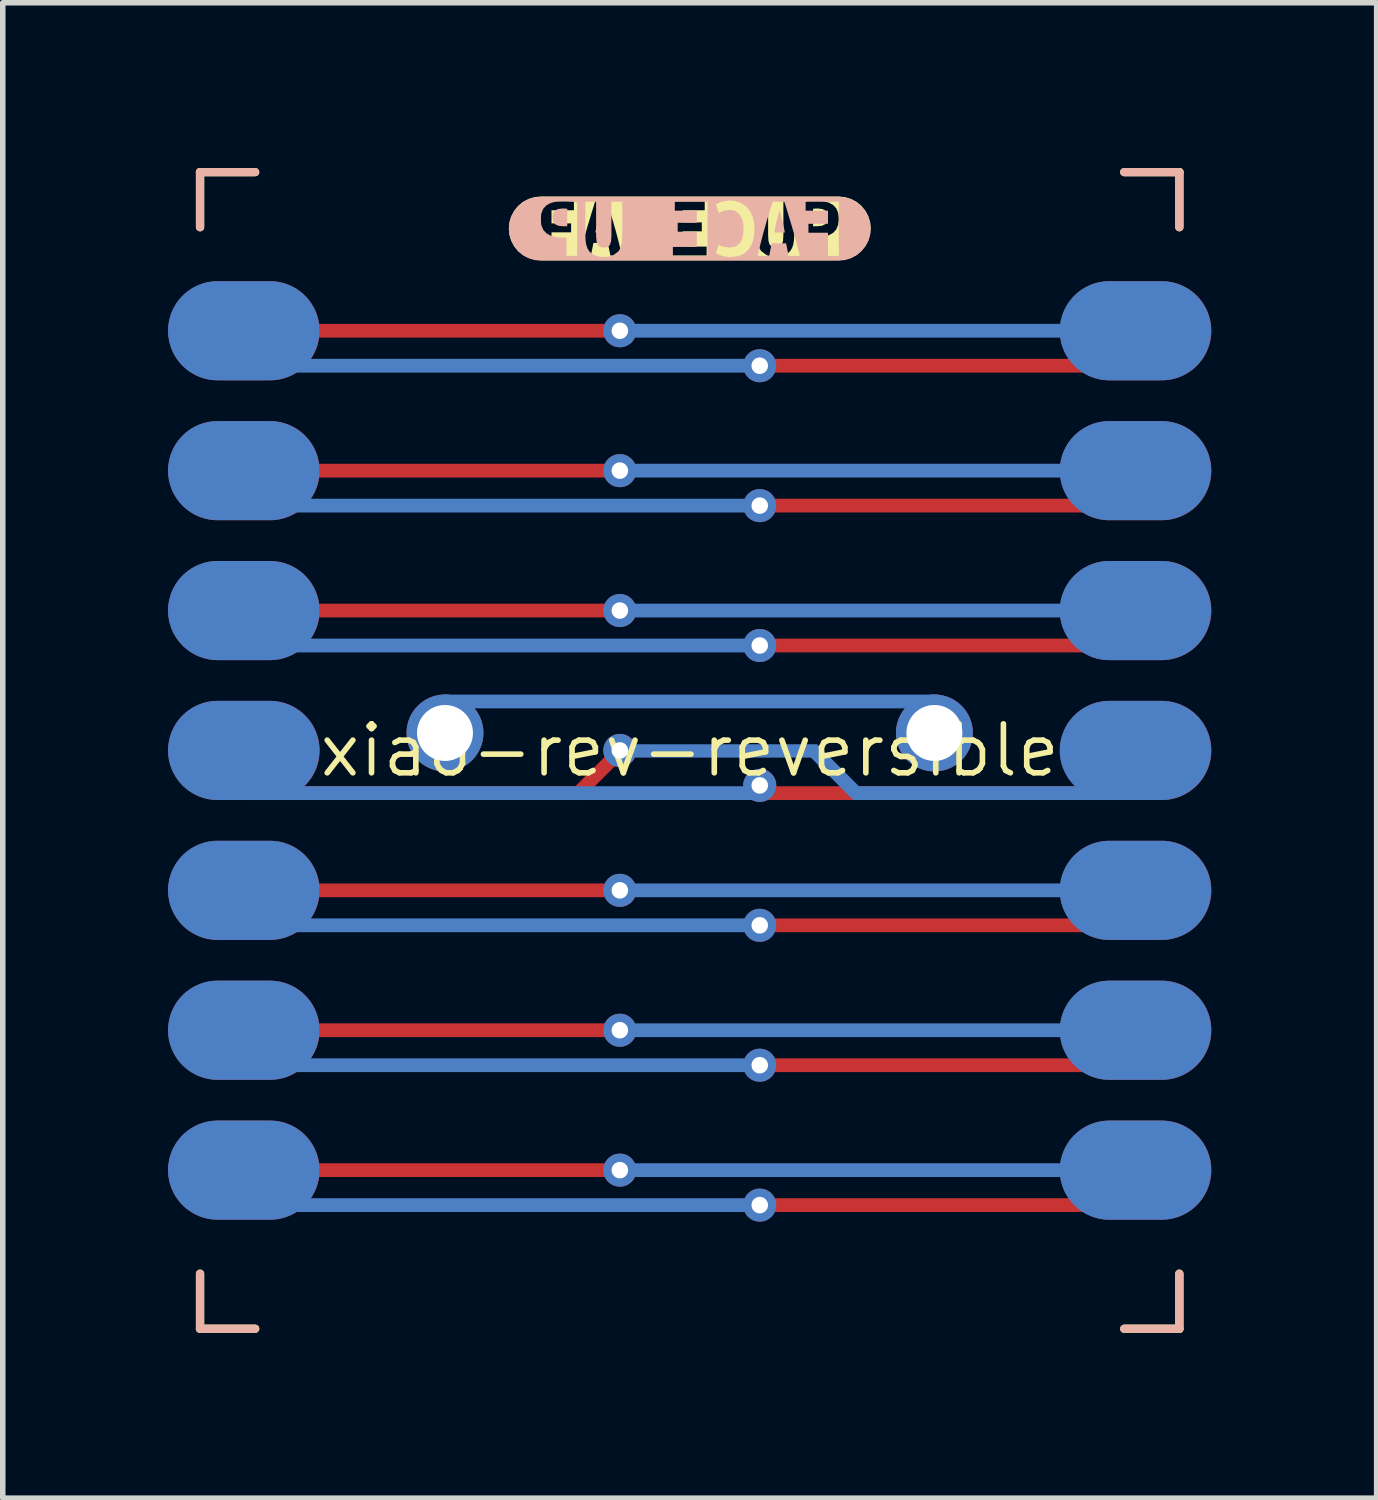
<source format=kicad_pcb>
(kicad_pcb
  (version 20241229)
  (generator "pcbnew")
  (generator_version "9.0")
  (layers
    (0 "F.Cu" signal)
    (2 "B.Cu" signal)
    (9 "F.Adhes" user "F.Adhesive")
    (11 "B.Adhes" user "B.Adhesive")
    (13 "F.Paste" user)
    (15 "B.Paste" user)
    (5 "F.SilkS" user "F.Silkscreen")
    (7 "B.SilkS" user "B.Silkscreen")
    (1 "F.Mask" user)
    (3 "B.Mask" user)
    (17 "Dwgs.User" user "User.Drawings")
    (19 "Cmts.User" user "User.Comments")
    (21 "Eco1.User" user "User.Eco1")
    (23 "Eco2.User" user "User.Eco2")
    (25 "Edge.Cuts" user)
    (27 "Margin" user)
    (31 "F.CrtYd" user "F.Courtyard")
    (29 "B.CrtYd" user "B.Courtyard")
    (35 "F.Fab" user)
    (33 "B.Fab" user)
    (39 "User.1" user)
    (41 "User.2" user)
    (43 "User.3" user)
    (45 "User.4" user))
  (footprint "xiao-rev-reversible"
    (layer "F.Cu")
    (at 9.474 10.575)
    (property "Reference" "xiao-rev-reversible" (at 0 0 0) (layer "F.SilkS") (effects (font (size 0.889 0.889) (thickness 0.102))))
    (attr through_hole exclude_from_pos_files)
    (fp_line (start -8.89 -10.5) (end -8.89 -9.5) (stroke (width 0.15) (type solid)) (layer "F.SilkS"))
    (fp_line (start -8.89 -10.5) (end -7.89 -10.5) (stroke (width 0.15) (type solid)) (layer "F.SilkS"))
    (fp_line (start -8.89 10.5) (end -8.89 9.5) (stroke (width 0.15) (type solid)) (layer "F.SilkS"))
    (fp_line (start -8.89 10.5) (end -7.89 10.5) (stroke (width 0.15) (type solid)) (layer "F.SilkS"))
    (fp_line (start 8.89 -10.5) (end 7.89 -10.5) (stroke (width 0.15) (type solid)) (layer "F.SilkS"))
    (fp_line (start 8.89 -10.5) (end 8.89 -9.5) (stroke (width 0.15) (type solid)) (layer "F.SilkS"))
    (fp_line (start 8.89 10.5) (end 7.89 10.5) (stroke (width 0.15) (type solid)) (layer "F.SilkS"))
    (fp_line (start 8.89 10.5) (end 8.89 9.5) (stroke (width 0.15) (type solid)) (layer "F.SilkS"))
    (fp_poly (pts (xy -1.617 -9.808) (xy -1.646 -9.702) (xy -1.672 -9.604) (xy -1.694 -9.506) (xy -1.714 -9.404) (xy -1.522 -9.404) (xy -1.541 -9.506) (xy -1.562 -9.604) (xy -1.587 -9.702) (xy -1.617 -9.808)) (stroke (width 0) (type solid)) (fill yes) (layer "F.SilkS"))
    (fp_poly (pts (xy 2.334 -9.839) (xy 2.286 -9.839) (xy 2.238 -9.835) (xy 2.238 -9.517) (xy 2.317 -9.517) (xy 2.399 -9.526) (xy 2.458 -9.554) (xy 2.494 -9.605) (xy 2.506 -9.682) (xy 2.494 -9.755) (xy 2.459 -9.804) (xy 2.404 -9.83) (xy 2.334 -9.839)) (stroke (width 0) (type solid)) (fill yes) (layer "F.SilkS"))
    (fp_poly (pts (xy -2.706 -10.058) (xy -2.706 -10.058) (xy -2.819 -10.046) (xy -2.928 -10.013) (xy -3.028 -9.96) (xy -3.115 -9.888) (xy -3.187 -9.8) (xy -3.241 -9.7) (xy -3.274 -9.592) (xy -3.285 -9.479) (xy -3.274 -9.366) (xy -3.241 -9.257) (xy -3.187 -9.157) (xy -3.115 -9.069) (xy -3.028 -8.997) (xy -2.928 -8.944) (xy -2.819 -8.911) (xy -2.706 -8.9) (xy -2.706 -8.9) (xy -2.706 -8.987) (xy -2.706 -9.969) (xy -2.104 -9.969) (xy -2.104 -9.807) (xy -2.511 -9.807) (xy -2.511 -9.569) (xy -2.155 -9.569) (xy -2.155 -9.407) (xy -2.511 -9.407) (xy -2.511 -8.987) (xy -2.706 -8.987) (xy -2.706 -8.9) (xy -1.442 -8.9) (xy -1.442 -8.987) (xy -1.488 -9.214) (xy -1.75 -9.214) (xy -1.795 -8.987) (xy -1.998 -8.987) (xy -1.97 -9.101) (xy -1.942 -9.211) (xy -1.913 -9.317) (xy -1.885 -9.418) (xy -1.857 -9.516) (xy -1.821 -9.634) (xy -1.786 -9.749) (xy -1.752 -9.86) (xy -1.718 -9.969) (xy -1.506 -9.969) (xy -1.471 -9.86) (xy -1.436 -9.747) (xy -1.401 -9.631) (xy -1.367 -9.511) (xy -1.339 -9.413) (xy -1.312 -9.311) (xy -1.285 -9.206) (xy -1.259 -9.098) (xy -1.233 -8.987) (xy -1.442 -8.987) (xy -1.442 -8.9) (xy -0.749 -8.9) (xy -0.749 -8.966) (xy -0.876 -8.981) (xy -0.982 -9.025) (xy -1.066 -9.099) (xy -1.114 -9.173) (xy -1.148 -9.261) (xy -1.169 -9.363) (xy -1.176 -9.479) (xy -1.167 -9.594) (xy -1.142 -9.696) (xy -1.102 -9.784) (xy -1.049 -9.857) (xy -0.984 -9.915) (xy -0.908 -9.957) (xy -0.823 -9.983) (xy -0.729 -9.991) (xy -0.635 -9.983) (xy -0.561 -9.963) (xy -0.508 -9.939) (xy -0.475 -9.92) (xy -0.526 -9.764) (xy -0.614 -9.805) (xy -0.733 -9.822) (xy -0.822 -9.805) (xy -0.9 -9.749) (xy -0.956 -9.645) (xy -0.972 -9.572) (xy -0.977 -9.483) (xy -0.971 -9.38) (xy -0.951 -9.294) (xy -0.919 -9.225) (xy -0.843 -9.158) (xy -0.729 -9.136) (xy -0.603 -9.153) (xy -0.523 -9.188) (xy -0.474 -9.034) (xy -0.586 -8.987) (xy -0.662 -8.971) (xy -0.749 -8.966) (xy -0.749 -8.9) (xy -0.325 -8.9) (xy -0.325 -8.987) (xy -0.325 -9.969) (xy 0.271 -9.969) (xy 0.271 -9.807) (xy -0.129 -9.807) (xy -0.129 -9.587) (xy 0.218 -9.587) (xy 0.218 -9.425) (xy -0.129 -9.425) (xy -0.129 -9.148) (xy 0.306 -9.148) (xy 0.306 -8.987) (xy -0.325 -8.987) (xy -0.325 -8.9) (xy 1.557 -8.9) (xy 1.557 -8.966) (xy 1.469 -8.972) (xy 1.397 -8.992) (xy 1.295 -9.067) (xy 1.262 -9.122) (xy 1.241 -9.187) (xy 1.229 -9.26) (xy 1.225 -9.342) (xy 1.225 -9.969) (xy 1.422 -9.969) (xy 1.422 -9.355) (xy 1.428 -9.251) (xy 1.449 -9.183) (xy 1.491 -9.147) (xy 1.56 -9.136) (xy 1.628 -9.147) (xy 1.671 -9.184) (xy 1.693 -9.252) (xy 1.699 -9.356) (xy 1.699 -9.969) (xy 1.895 -9.969) (xy 1.895 -9.342) (xy 1.891 -9.26) (xy 1.879 -9.187) (xy 1.857 -9.122) (xy 1.823 -9.067) (xy 1.777 -9.024) (xy 1.718 -8.992) (xy 1.645 -8.972) (xy 1.557 -8.966) (xy 1.557 -8.9) (xy 2.238 -8.9) (xy 2.238 -8.987) (xy 2.042 -8.987) (xy 2.042 -9.956) (xy 2.107 -9.968) (xy 2.179 -9.975) (xy 2.25 -9.979) (xy 2.312 -9.98) (xy 2.428 -9.972) (xy 2.525 -9.946) (xy 2.603 -9.903) (xy 2.66 -9.841) (xy 2.694 -9.757) (xy 2.706 -9.652) (xy 2.694 -9.545) (xy 2.66 -9.46) (xy 2.602 -9.397) (xy 2.523 -9.353) (xy 2.425 -9.327) (xy 2.307 -9.318) (xy 2.238 -9.318) (xy 2.238 -8.987) (xy 2.238 -8.9) (xy 2.706 -8.9) (xy 2.706 -8.9) (xy 2.819 -8.911) (xy 2.928 -8.944) (xy 3.028 -8.997) (xy 3.115 -9.069) (xy 3.187 -9.157) (xy 3.241 -9.257) (xy 3.274 -9.366) (xy 3.285 -9.479) (xy 3.274 -9.592) (xy 3.241 -9.7) (xy 3.187 -9.8) (xy 3.115 -9.888) (xy 3.028 -9.96) (xy 2.928 -10.013) (xy 2.819 -10.046) (xy 2.706 -10.058) (xy 2.706 -10.058) (xy -2.706 -10.058)) (stroke (width 0) (type solid)) (fill yes) (layer "F.SilkS"))
    (fp_line (start -8.894 -10.5) (end -8.894 -9.5) (stroke (width 0.15) (type solid)) (layer "B.SilkS"))
    (fp_line (start -8.894 -10.5) (end -7.894 -10.5) (stroke (width 0.15) (type solid)) (layer "B.SilkS"))
    (fp_line (start -8.894 10.5) (end -8.894 9.5) (stroke (width 0.15) (type solid)) (layer "B.SilkS"))
    (fp_line (start -8.894 10.5) (end -7.894 10.5) (stroke (width 0.15) (type solid)) (layer "B.SilkS"))
    (fp_line (start 8.886 -10.5) (end 7.886 -10.5) (stroke (width 0.15) (type solid)) (layer "B.SilkS"))
    (fp_line (start 8.886 -10.5) (end 8.886 -9.5) (stroke (width 0.15) (type solid)) (layer "B.SilkS"))
    (fp_line (start 8.886 10.5) (end 7.886 10.5) (stroke (width 0.15) (type solid)) (layer "B.SilkS"))
    (fp_line (start 8.886 10.5) (end 8.886 9.5) (stroke (width 0.15) (type solid)) (layer "B.SilkS"))
    (fp_poly (pts (xy 1.629 -9.808) (xy 1.659 -9.702) (xy 1.684 -9.604) (xy 1.706 -9.506) (xy 1.726 -9.404) (xy 1.534 -9.404) (xy 1.553 -9.506) (xy 1.575 -9.604) (xy 1.6 -9.702) (xy 1.629 -9.808)) (stroke (width 0) (type solid)) (fill yes) (layer "B.SilkS"))
    (fp_poly (pts (xy -2.322 -9.839) (xy -2.273 -9.839) (xy -2.225 -9.835) (xy -2.225 -9.517) (xy -2.304 -9.517) (xy -2.387 -9.526) (xy -2.446 -9.554) (xy -2.481 -9.605) (xy -2.493 -9.682) (xy -2.482 -9.755) (xy -2.447 -9.804) (xy -2.392 -9.83) (xy -2.322 -9.839)) (stroke (width 0) (type solid)) (fill yes) (layer "B.SilkS"))
    (fp_poly (pts (xy 2.705 -10.051) (xy 2.705 -10.051) (xy 2.818 -10.04) (xy 2.926 -10.007) (xy 3.026 -9.953) (xy 3.114 -9.881) (xy 3.186 -9.793) (xy 3.24 -9.693) (xy 3.273 -9.585) (xy 3.284 -9.472) (xy 3.273 -9.359) (xy 3.24 -9.25) (xy 3.186 -9.15) (xy 3.114 -9.062) (xy 3.026 -8.99) (xy 2.926 -8.937) (xy 2.818 -8.904) (xy 2.705 -8.893) (xy 2.705 -8.893) (xy 2.705 -8.98) (xy 2.705 -9.962) (xy 2.103 -9.962) (xy 2.103 -9.8) (xy 2.509 -9.8) (xy 2.509 -9.562) (xy 2.154 -9.562) (xy 2.154 -9.4) (xy 2.509 -9.4) (xy 2.509 -8.98) (xy 2.705 -8.98) (xy 2.705 -8.893) (xy 1.441 -8.893) (xy 1.441 -8.98) (xy 1.487 -9.207) (xy 1.749 -9.207) (xy 1.793 -8.98) (xy 1.997 -8.98) (xy 1.969 -9.094) (xy 1.94 -9.204) (xy 1.912 -9.31) (xy 1.884 -9.411) (xy 1.855 -9.509) (xy 1.82 -9.627) (xy 1.785 -9.742) (xy 1.751 -9.854) (xy 1.717 -9.962) (xy 1.504 -9.962) (xy 1.47 -9.853) (xy 1.435 -9.74) (xy 1.4 -9.624) (xy 1.366 -9.504) (xy 1.338 -9.406) (xy 1.311 -9.304) (xy 1.284 -9.199) (xy 1.258 -9.091) (xy 1.231 -8.98) (xy 1.441 -8.98) (xy 1.441 -8.893) (xy 0.747 -8.893) (xy 0.747 -8.959) (xy 0.875 -8.974) (xy 0.981 -9.018) (xy 1.065 -9.092) (xy 1.113 -9.166) (xy 1.147 -9.254) (xy 1.167 -9.356) (xy 1.174 -9.472) (xy 1.166 -9.587) (xy 1.141 -9.689) (xy 1.101 -9.777) (xy 1.048 -9.85) (xy 0.983 -9.908) (xy 0.907 -9.95) (xy 0.821 -9.976) (xy 0.728 -9.985) (xy 0.634 -9.976) (xy 0.56 -9.956) (xy 0.507 -9.932) (xy 0.474 -9.913) (xy 0.525 -9.758) (xy 0.613 -9.798) (xy 0.731 -9.815) (xy 0.821 -9.798) (xy 0.899 -9.742) (xy 0.954 -9.639) (xy 0.97 -9.565) (xy 0.976 -9.477) (xy 0.969 -9.373) (xy 0.95 -9.287) (xy 0.918 -9.219) (xy 0.842 -9.151) (xy 0.728 -9.129) (xy 0.602 -9.146) (xy 0.522 -9.181) (xy 0.473 -9.027) (xy 0.585 -8.98) (xy 0.661 -8.964) (xy 0.747 -8.959) (xy 0.747 -8.893) (xy 0.323 -8.893) (xy 0.323 -8.98) (xy 0.323 -9.962) (xy -0.272 -9.962) (xy -0.272 -9.8) (xy 0.128 -9.8) (xy 0.128 -9.58) (xy -0.22 -9.58) (xy -0.22 -9.418) (xy 0.128 -9.418) (xy 0.128 -9.142) (xy -0.307 -9.142) (xy -0.307 -8.98) (xy 0.323 -8.98) (xy 0.323 -8.893) (xy -1.558 -8.893) (xy -1.558 -8.959) (xy -1.47 -8.966) (xy -1.398 -8.985) (xy -1.296 -9.061) (xy -1.263 -9.115) (xy -1.242 -9.18) (xy -1.23 -9.254) (xy -1.226 -9.335) (xy -1.226 -9.962) (xy -1.423 -9.962) (xy -1.423 -9.348) (xy -1.429 -9.244) (xy -1.451 -9.177) (xy -1.493 -9.14) (xy -1.561 -9.129) (xy -1.629 -9.14) (xy -1.672 -9.177) (xy -1.694 -9.246) (xy -1.701 -9.35) (xy -1.701 -9.962) (xy -1.896 -9.962) (xy -1.896 -9.335) (xy -1.892 -9.254) (xy -1.88 -9.18) (xy -1.858 -9.115) (xy -1.825 -9.061) (xy -1.778 -9.017) (xy -1.72 -8.985) (xy -1.647 -8.966) (xy -1.558 -8.959) (xy -1.558 -8.893) (xy -2.239 -8.893) (xy -2.239 -8.98) (xy -2.044 -8.98) (xy -2.044 -9.95) (xy -2.108 -9.961) (xy -2.18 -9.968) (xy -2.252 -9.972) (xy -2.313 -9.973) (xy -2.429 -9.965) (xy -2.526 -9.939) (xy -2.604 -9.896) (xy -2.661 -9.834) (xy -2.696 -9.75) (xy -2.707 -9.645) (xy -2.696 -9.538) (xy -2.661 -9.453) (xy -2.603 -9.39) (xy -2.524 -9.346) (xy -2.426 -9.32) (xy -2.309 -9.311) (xy -2.239 -9.311) (xy -2.239 -8.98) (xy -2.239 -8.893) (xy -2.707 -8.893) (xy -2.707 -8.893) (xy -2.82 -8.904) (xy -2.929 -8.937) (xy -3.029 -8.99) (xy -3.117 -9.062) (xy -3.189 -9.15) (xy -3.242 -9.25) (xy -3.275 -9.359) (xy -3.286 -9.472) (xy -3.275 -9.585) (xy -3.242 -9.693) (xy -3.189 -9.793) (xy -3.117 -9.881) (xy -3.029 -9.953) (xy -2.929 -10.007) (xy -2.82 -10.04) (xy -2.707 -10.051) (xy -2.707 -10.051) (xy 2.705 -10.051)) (stroke (width 0) (type solid)) (fill yes) (layer "B.SilkS"))
    (pad "1" smd oval (at -7.62 -7.62) (size 2.75 1.8) (drill (offset -0.475 0)) (layers "F.Cu" "F.Mask" "F.Paste"))
    (pad "1" smd rect (at -4.572 -7.62) (size 7 0.25) (layers "F.Cu"))
    (pad "1" thru_hole circle (at -1.27 -7.62) (size 0.6 0.6) (drill 0.3) (layers "*.Cu"))
    (pad "1" smd rect (at 3.048 -7.62) (size 9 0.25) (layers "B.Cu"))
    (pad "1" smd oval (at 7.616 -7.62) (size 2.75 1.8) (drill (offset 0.475 0)) (layers "B.Cu" "B.Mask" "B.Paste"))
    (pad "2" smd oval (at -7.62 -5.08) (size 2.75 1.8) (drill (offset -0.475 0)) (layers "F.Cu" "F.Mask" "F.Paste"))
    (pad "2" smd rect (at -4.572 -5.08) (size 7 0.25) (layers "F.Cu"))
    (pad "2" thru_hole circle (at -1.27 -5.08) (size 0.6 0.6) (drill 0.3) (layers "*.Cu"))
    (pad "2" smd rect (at 3.048 -5.08) (size 9 0.25) (layers "B.Cu"))
    (pad "2" smd oval (at 7.616 -5.08) (size 2.75 1.8) (drill (offset 0.475 0)) (layers "B.Cu" "B.Mask" "B.Paste"))
    (pad "3" smd oval (at -7.62 -2.54) (size 2.75 1.8) (drill (offset -0.475 0)) (layers "F.Cu" "F.Mask" "F.Paste"))
    (pad "3" smd rect (at -4.65 -2.54) (size 7 0.25) (layers "F.Cu"))
    (pad "3" thru_hole circle (at -1.27 -2.54) (size 0.6 0.6) (drill 0.3) (layers "*.Cu"))
    (pad "3" smd rect (at 3.048 -2.54) (size 9 0.25) (layers "B.Cu"))
    (pad "3" smd oval (at 7.616 -2.54) (size 2.75 1.8) (drill (offset 0.475 0)) (layers "B.Cu" "B.Mask" "B.Paste"))
    (pad "4" smd oval (at -7.62 0) (size 2.75 1.8) (drill (offset -0.475 0)) (layers "F.Cu" "F.Mask" "F.Paste"))
    (pad "4" smd rect (at -4.975 0.775) (size 6 0.25) (layers "F.Cu"))
    (pad "4" smd rect (at -1.647 0.396 45) (size 1.176 0.25) (layers "F.Cu"))
    (pad "4" thru_hole circle (at -1.27 0) (size 0.6 0.6) (drill 0.3) (layers "*.Cu"))
    (pad "4" smd rect (at 0.561 0.009) (size 3.498 0.242) (layers "B.Cu"))
    (pad "4" smd rect (at 2.638 0.394 315) (size 1.182 0.25) (layers "B.Cu"))
    (pad "4" smd rect (at 5.278 0.775) (size 4.622 0.25) (layers "B.Cu"))
    (pad "4" smd oval (at 7.616 0) (size 2.75 1.8) (drill (offset 0.475 0)) (layers "B.Cu" "B.Mask" "B.Paste"))
    (pad "5" smd oval (at -7.62 2.54) (size 2.75 1.8) (drill (offset -0.475 0)) (layers "F.Cu" "F.Mask" "F.Paste"))
    (pad "5" smd rect (at -4.572 2.54) (size 7 0.25) (layers "F.Cu"))
    (pad "5" thru_hole circle (at -1.27 2.54) (size 0.6 0.6) (drill 0.3) (layers "*.Cu"))
    (pad "5" smd rect (at 3.048 2.54) (size 9 0.25) (layers "B.Cu"))
    (pad "5" smd oval (at 7.616 2.54) (size 2.75 1.8) (drill (offset 0.475 0)) (layers "B.Cu" "B.Mask" "B.Paste"))
    (pad "6" smd oval (at -7.62 5.08) (size 2.75 1.8) (drill (offset -0.475 0)) (layers "F.Cu" "F.Mask" "F.Paste"))
    (pad "6" smd rect (at -4.572 5.08) (size 7 0.25) (layers "F.Cu"))
    (pad "6" thru_hole circle (at -1.27 5.08) (size 0.6 0.6) (drill 0.3) (layers "*.Cu"))
    (pad "6" smd rect (at 3.048 5.08) (size 9 0.25) (layers "B.Cu"))
    (pad "6" smd oval (at 7.616 5.08) (size 2.75 1.8) (drill (offset 0.475 0)) (layers "B.Cu" "B.Mask" "B.Paste"))
    (pad "7" smd oval (at -7.62 7.62) (size 2.75 1.8) (drill (offset -0.475 0)) (layers "F.Cu" "F.Mask" "F.Paste"))
    (pad "7" smd rect (at -4.572 7.62) (size 7 0.25) (layers "F.Cu"))
    (pad "7" thru_hole circle (at -1.27 7.62) (size 0.6 0.6) (drill 0.3) (layers "*.Cu"))
    (pad "7" smd rect (at 3.048 7.62) (size 9 0.25) (layers "B.Cu"))
    (pad "7" smd oval (at 7.616 7.62) (size 2.75 1.8) (drill (offset 0.475 0)) (layers "B.Cu" "B.Mask" "B.Paste"))
    (pad "8" smd oval (at -7.624 7.62 180) (size 2.75 1.8) (drill (offset 0.475 0)) (layers "B.Cu" "B.Mask" "B.Paste"))
    (pad "8" smd rect (at -3.175 8.255) (size 9 0.25) (layers "B.Cu"))
    (pad "8" thru_hole circle (at 1.27 8.255) (size 0.6 0.6) (drill 0.3) (layers "*.Cu"))
    (pad "8" smd rect (at 4.699 8.255) (size 7 0.25) (layers "F.Cu"))
    (pad "8" smd oval (at 7.62 7.62 180) (size 2.75 1.8) (drill (offset -0.475 0)) (layers "F.Cu" "F.Mask" "F.Paste"))
    (pad "9" smd oval (at -7.624 5.08 180) (size 2.75 1.8) (drill (offset 0.475 0)) (layers "B.Cu" "B.Mask" "B.Paste"))
    (pad "9" smd rect (at -3.175 5.715) (size 9 0.25) (layers "B.Cu"))
    (pad "9" thru_hole circle (at 1.27 5.715) (size 0.6 0.6) (drill 0.3) (layers "*.Cu"))
    (pad "9" smd rect (at 4.699 5.715) (size 7 0.25) (layers "F.Cu"))
    (pad "9" smd oval (at 7.62 5.08 180) (size 2.75 1.8) (drill (offset -0.475 0)) (layers "F.Cu" "F.Mask" "F.Paste"))
    (pad "10" smd oval (at -7.624 2.54 180) (size 2.75 1.8) (drill (offset 0.475 0)) (layers "B.Cu" "B.Mask" "B.Paste"))
    (pad "10" smd rect (at -3.175 3.175) (size 9 0.25) (layers "B.Cu"))
    (pad "10" thru_hole circle (at 1.27 3.175) (size 0.6 0.6) (drill 0.3) (layers "*.Cu"))
    (pad "10" smd rect (at 4.699 3.175) (size 7 0.25) (layers "F.Cu"))
    (pad "10" smd oval (at 7.62 2.54 180) (size 2.75 1.8) (drill (offset -0.475 0)) (layers "F.Cu" "F.Mask" "F.Paste"))
    (pad "11" smd oval (at -7.624 0 180) (size 2.75 1.8) (drill (offset 0.475 0)) (layers "B.Cu" "B.Mask" "B.Paste"))
    (pad "11" smd rect (at -3.237 0.775) (size 9 0.25) (layers "B.Cu"))
    (pad "11" thru_hole circle (at 1.27 0.635) (size 0.6 0.6) (drill 0.3) (layers "*.Cu"))
    (pad "11" smd rect (at 4.525 0.775) (size 6.5 0.25) (layers "F.Cu"))
    (pad "11" smd oval (at 7.62 0 180) (size 2.75 1.8) (drill (offset -0.475 0)) (layers "F.Cu" "F.Mask" "F.Paste"))
    (pad "12" smd oval (at -7.624 -2.54 180) (size 2.75 1.8) (drill (offset 0.475 0)) (layers "B.Cu" "B.Mask" "B.Paste"))
    (pad "12" smd rect (at -3.175 -1.905) (size 9 0.25) (layers "B.Cu"))
    (pad "12" thru_hole circle (at 1.27 -1.905) (size 0.6 0.6) (drill 0.3) (layers "*.Cu"))
    (pad "12" smd rect (at 4.699 -1.905) (size 7 0.25) (layers "F.Cu"))
    (pad "12" smd oval (at 7.62 -2.54 180) (size 2.75 1.8) (drill (offset -0.475 0)) (layers "F.Cu" "F.Mask" "F.Paste"))
    (pad "13" smd oval (at -7.624 -5.08 180) (size 2.75 1.8) (drill (offset 0.475 0)) (layers "B.Cu" "B.Mask" "B.Paste"))
    (pad "13" smd rect (at -3.175 -4.445) (size 9 0.25) (layers "B.Cu"))
    (pad "13" thru_hole circle (at 1.27 -4.445) (size 0.6 0.6) (drill 0.3) (layers "*.Cu"))
    (pad "13" smd rect (at 4.699 -4.445) (size 7 0.25) (layers "F.Cu"))
    (pad "13" smd oval (at 7.62 -5.08 180) (size 2.75 1.8) (drill (offset -0.475 0)) (layers "F.Cu" "F.Mask" "F.Paste"))
    (pad "14" smd oval (at -7.624 -7.62 180) (size 2.75 1.8) (drill (offset 0.475 0)) (layers "B.Cu" "B.Mask" "B.Paste"))
    (pad "14" smd rect (at -3.175 -6.985) (size 9 0.25) (layers "B.Cu"))
    (pad "14" thru_hole circle (at 1.27 -6.985) (size 0.6 0.6) (drill 0.3) (layers "*.Cu"))
    (pad "14" smd rect (at 4.699 -6.985) (size 7 0.25) (layers "F.Cu"))
    (pad "14" smd oval (at 7.62 -7.62 180) (size 2.75 1.8) (drill (offset -0.475 0)) (layers "F.Cu" "F.Mask" "F.Paste"))
    (pad "19" thru_hole circle (at -4.445 -0.317 180) (size 1.397 1.397) (drill 1.016) (layers "*.Cu" "*.Mask"))
    (pad "19" smd rect (at 0 -0.889) (size 9 0.25) (layers "B.Cu"))
    (pad "19" thru_hole circle (at 4.441 -0.317 180) (size 1.397 1.397) (drill 1.016) (layers "*.Cu" "*.Mask")))
  (gr_rect
    (start -3 -3)
    (end 21.944 24.15)
    (stroke (width 0.1) (type default))
    (fill no)
    (layer "Edge.Cuts")))
</source>
